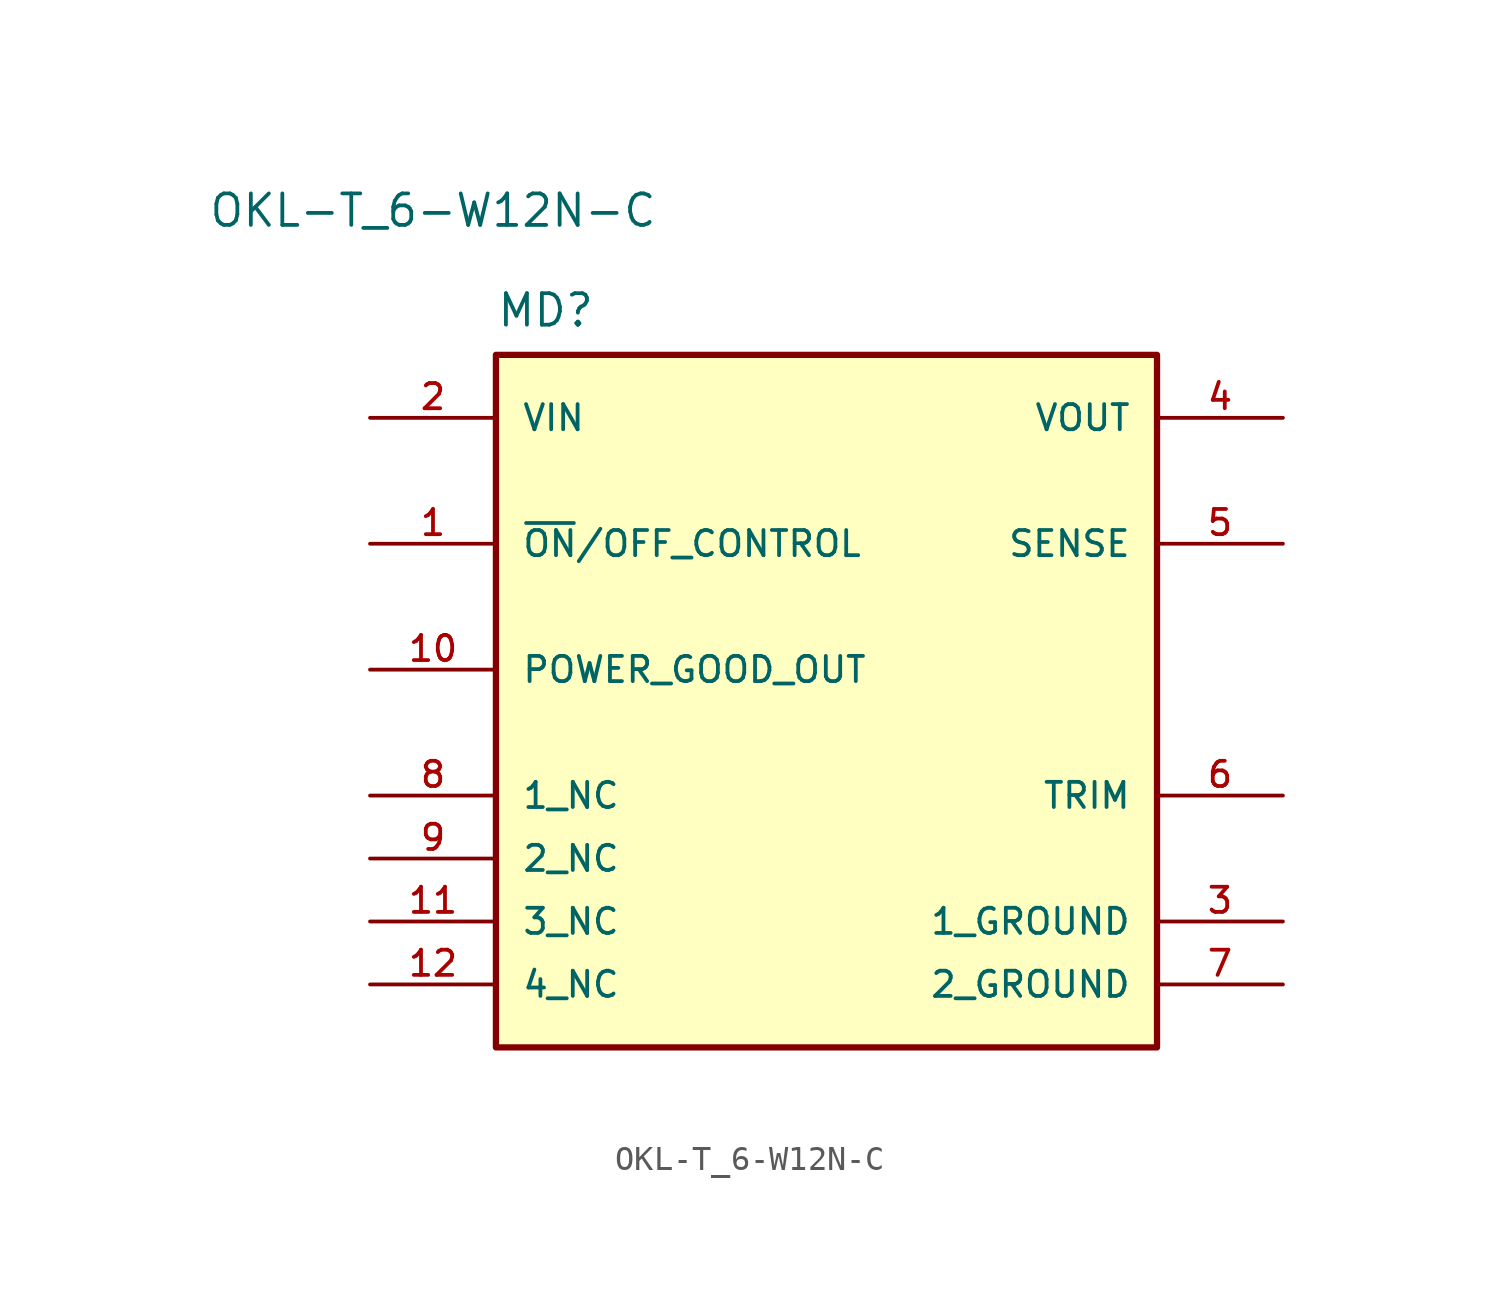
<source format=kicad_sym>
(kicad_symbol_lib
  (version 20241209)
  (generator "kicad_symbol_editor")
  (generator_version "9.0")
  (symbol "OKL-T_6-W12N-C"
    (pin_names
      (offset 1.016))
    (property "Reference" "MD"
      (at 2.54 -2.54 0)
      (effects (font (size 1.27 1.27)) (justify left top)))
    (property "Value" "OKL-T_6-W12N-C"
      (at 0 0 0)
      (effects (font (size 1.27 1.27)) (justify bottom)))
    (symbol "OKL-T_6-W12N-C_0_0"
      (rectangle (start 2.54 -5.08) (end 29.21 -33.02) (stroke (width 0.254) (type default)) (fill (type background)))
      (pin bidirectional line (at -2.54 -7.62 0) (length 5.08) (name "VIN" (effects (font (size 1.016 1.016)))) (number "2" (effects (font (size 1.016 1.016)))))
      (pin bidirectional line (at -2.54 -12.7 0) (length 5.08) (name "~{ON}/OFF_CONTROL" (effects (font (size 1.016 1.016)))) (number "1" (effects (font (size 1.016 1.016)))))
      (pin open_collector line (at -2.54 -17.78 0) (length 5.08) (name "POWER_GOOD_OUT" (effects (font (size 1.016 1.016)))) (number "10" (effects (font (size 1.016 1.016)))))
      (pin passive line (at -2.54 -22.86 0) (length 5.08) (name "1_NC" (effects (font (size 1.016 1.016)))) (number "8" (effects (font (size 1.016 1.016)))))
      (pin passive line (at -2.54 -25.4 0) (length 5.08) (name "2_NC" (effects (font (size 1.016 1.016)))) (number "9" (effects (font (size 1.016 1.016)))))
      (pin passive line (at -2.54 -27.94 0) (length 5.08) (name "3_NC" (effects (font (size 1.016 1.016)))) (number "11" (effects (font (size 1.016 1.016)))))
      (pin passive line (at -2.54 -30.48 0) (length 5.08) (name "4_NC" (effects (font (size 1.016 1.016)))) (number "12" (effects (font (size 1.016 1.016)))))
      (pin bidirectional line (at 34.29 -7.62 180) (length 5.08) (name "VOUT" (effects (font (size 1.016 1.016)))) (number "4" (effects (font (size 1.016 1.016)))))
      (pin passive line (at 34.29 -12.7 180) (length 5.08) (name "SENSE" (effects (font (size 1.016 1.016)))) (number "5" (effects (font (size 1.016 1.016)))))
      (pin passive line (at 34.29 -22.86 180) (length 5.08) (name "TRIM" (effects (font (size 1.016 1.016)))) (number "6" (effects (font (size 1.016 1.016)))))
      (pin power_in line (at 34.29 -27.94 180) (length 5.08) (name "1_GROUND" (effects (font (size 1.016 1.016)))) (number "3" (effects (font (size 1.016 1.016)))))
      (pin power_in line (at 34.29 -30.48 180) (length 5.08) (name "2_GROUND" (effects (font (size 1.016 1.016)))) (number "7" (effects (font (size 1.016 1.016))))))))
</source>
